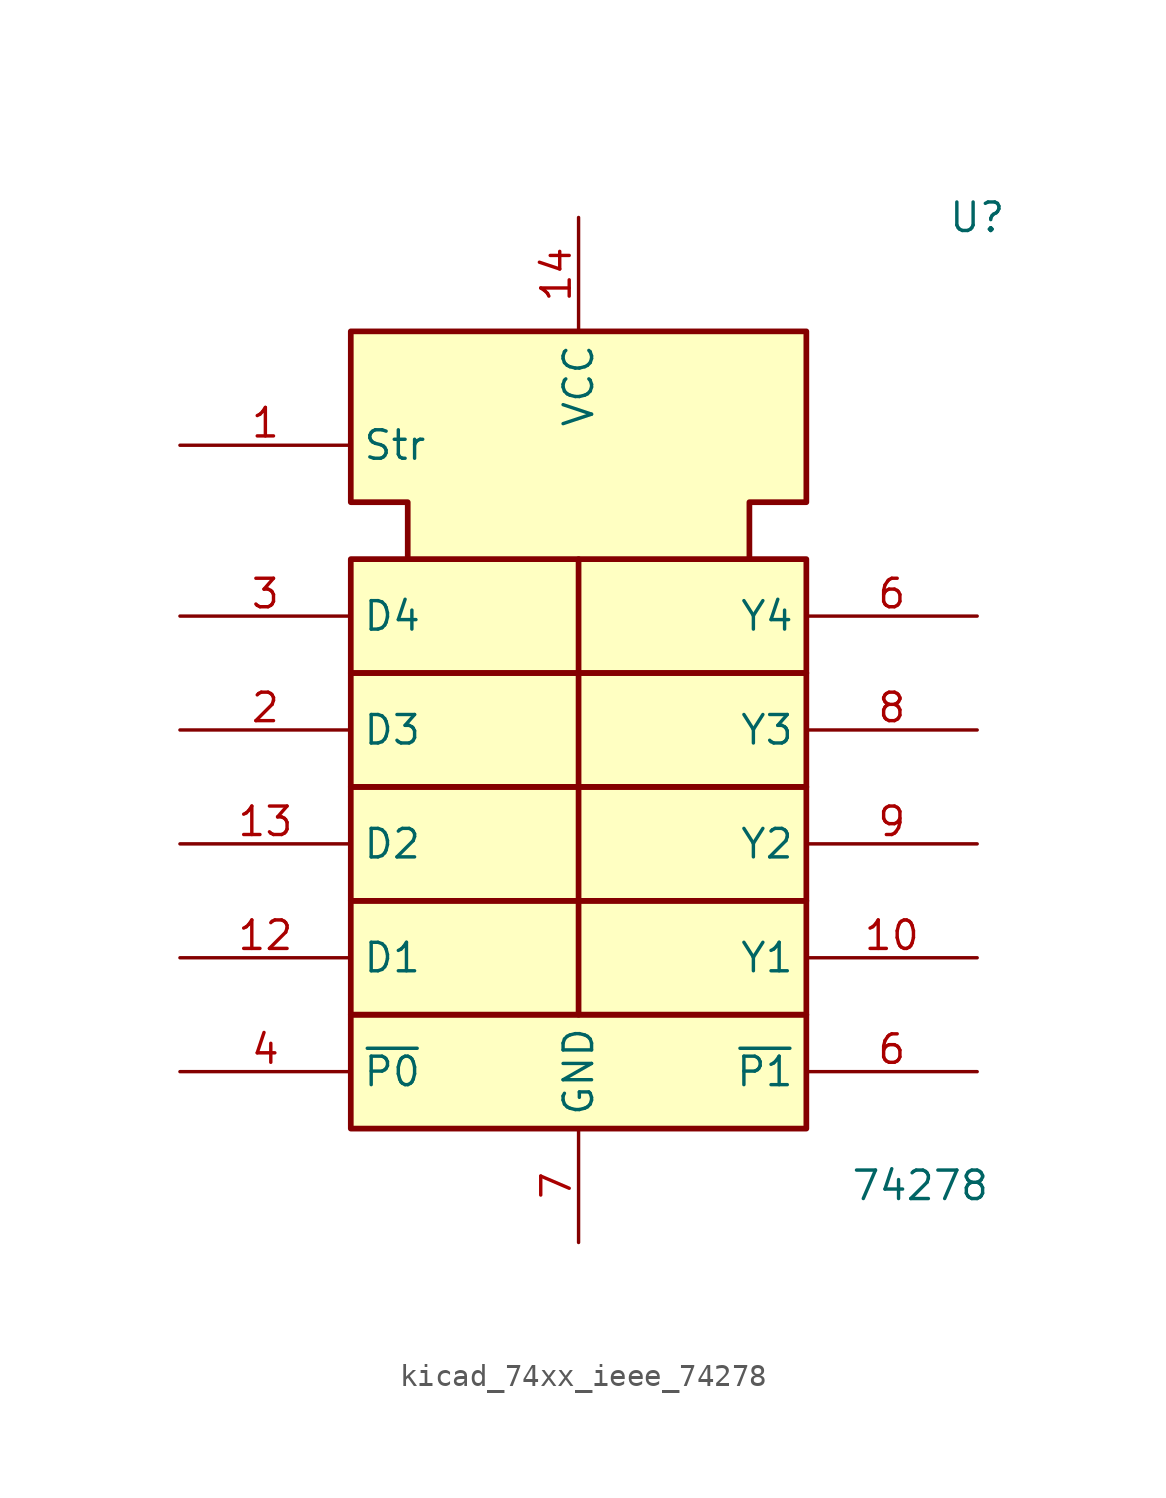
<source format=kicad_sym>
(kicad_symbol_lib
  (version 20220914)
  (generator kicad_symbol_editor)
  (symbol "kicad_74xx_ieee_74278"
    (property "Reference" "U"
      (at 17.78 20.32 0)
      (effects (font (size 1.27 1.27))))
    (property "Value" "74278"
      (at 15.24 -22.86 0)
      (effects (font (size 1.27 1.27))))
    (symbol "kicad_74xx_ieee_74278_0_0"
      (rectangle (start -10.16 -15.24) (end 10.16 -20.32) (stroke (width 0.254) (type default)) (fill (type background)))
      (rectangle (start -10.16 -10.16) (end 10.16 -15.24) (stroke (width 0.254) (type default)) (fill (type background)))
      (rectangle (start -10.16 -5.08) (end 10.16 -10.16) (stroke (width 0.254) (type default)) (fill (type background)))
      (rectangle (start -10.16 0) (end 10.16 -5.08) (stroke (width 0.254) (type default)) (fill (type background)))
      (rectangle (start -10.16 5.08) (end 10.16 0) (stroke (width 0.254) (type default)) (fill (type background)))
      (polyline (pts (xy 0 5.08) (xy 0 -15.24) (xy 0 -15.24)) (stroke (width 0.254) (type default)) (fill (type background)))
      (polyline (pts (xy -7.62 5.08) (xy -7.62 7.62) (xy -10.16 7.62) (xy -10.16 15.24) (xy 10.16 15.24) (xy 10.16 7.62) (xy 7.62 7.62) (xy 7.62 5.08) (xy 7.62 5.08)) (stroke (width 0.254) (type default)) (fill (type background)))
      (pin power_in line (at 0 20.32 270) (length 5.08) (name "VCC" (effects (font (size 1.27 1.27)))) (number "14" (effects (font (size 1.27 1.27)))))
      (pin power_in line (at 0 -25.4 90) (length 5.08) (name "GND" (effects (font (size 1.27 1.27)))) (number "7" (effects (font (size 1.27 1.27))))))
    (symbol "kicad_74xx_ieee_74278_1_1"
      (pin input line (at -17.78 10.16 0) (length 7.62) (name "Str" (effects (font (size 1.27 1.27)))) (number "1" (effects (font (size 1.27 1.27)))))
      (pin output line (at 17.78 -12.7 180) (length 7.62) (name "Y1" (effects (font (size 1.27 1.27)))) (number "10" (effects (font (size 1.27 1.27)))))
      (pin input line (at -17.78 -12.7 0) (length 7.62) (name "D1" (effects (font (size 1.27 1.27)))) (number "12" (effects (font (size 1.27 1.27)))))
      (pin input line (at -17.78 -7.62 0) (length 7.62) (name "D2" (effects (font (size 1.27 1.27)))) (number "13" (effects (font (size 1.27 1.27)))))
      (pin input line (at -17.78 -2.54 0) (length 7.62) (name "D3" (effects (font (size 1.27 1.27)))) (number "2" (effects (font (size 1.27 1.27)))))
      (pin input line (at -17.78 2.54 0) (length 7.62) (name "D4" (effects (font (size 1.27 1.27)))) (number "3" (effects (font (size 1.27 1.27)))))
      (pin input line (at -17.78 -17.78 0) (length 7.62) (name "~{P0}" (effects (font (size 1.27 1.27)))) (number "4" (effects (font (size 1.27 1.27)))))
      (pin output line (at 17.78 2.54 180) (length 7.62) (name "Y4" (effects (font (size 1.27 1.27)))) (number "6" (effects (font (size 1.27 1.27)))))
      (pin output line (at 17.78 -17.78 180) (length 7.62) (name "~{P1}" (effects (font (size 1.27 1.27)))) (number "6" (effects (font (size 1.27 1.27)))))
      (pin output line (at 17.78 -2.54 180) (length 7.62) (name "Y3" (effects (font (size 1.27 1.27)))) (number "8" (effects (font (size 1.27 1.27)))))
      (pin output line (at 17.78 -7.62 180) (length 7.62) (name "Y2" (effects (font (size 1.27 1.27)))) (number "9" (effects (font (size 1.27 1.27))))))))
</source>
